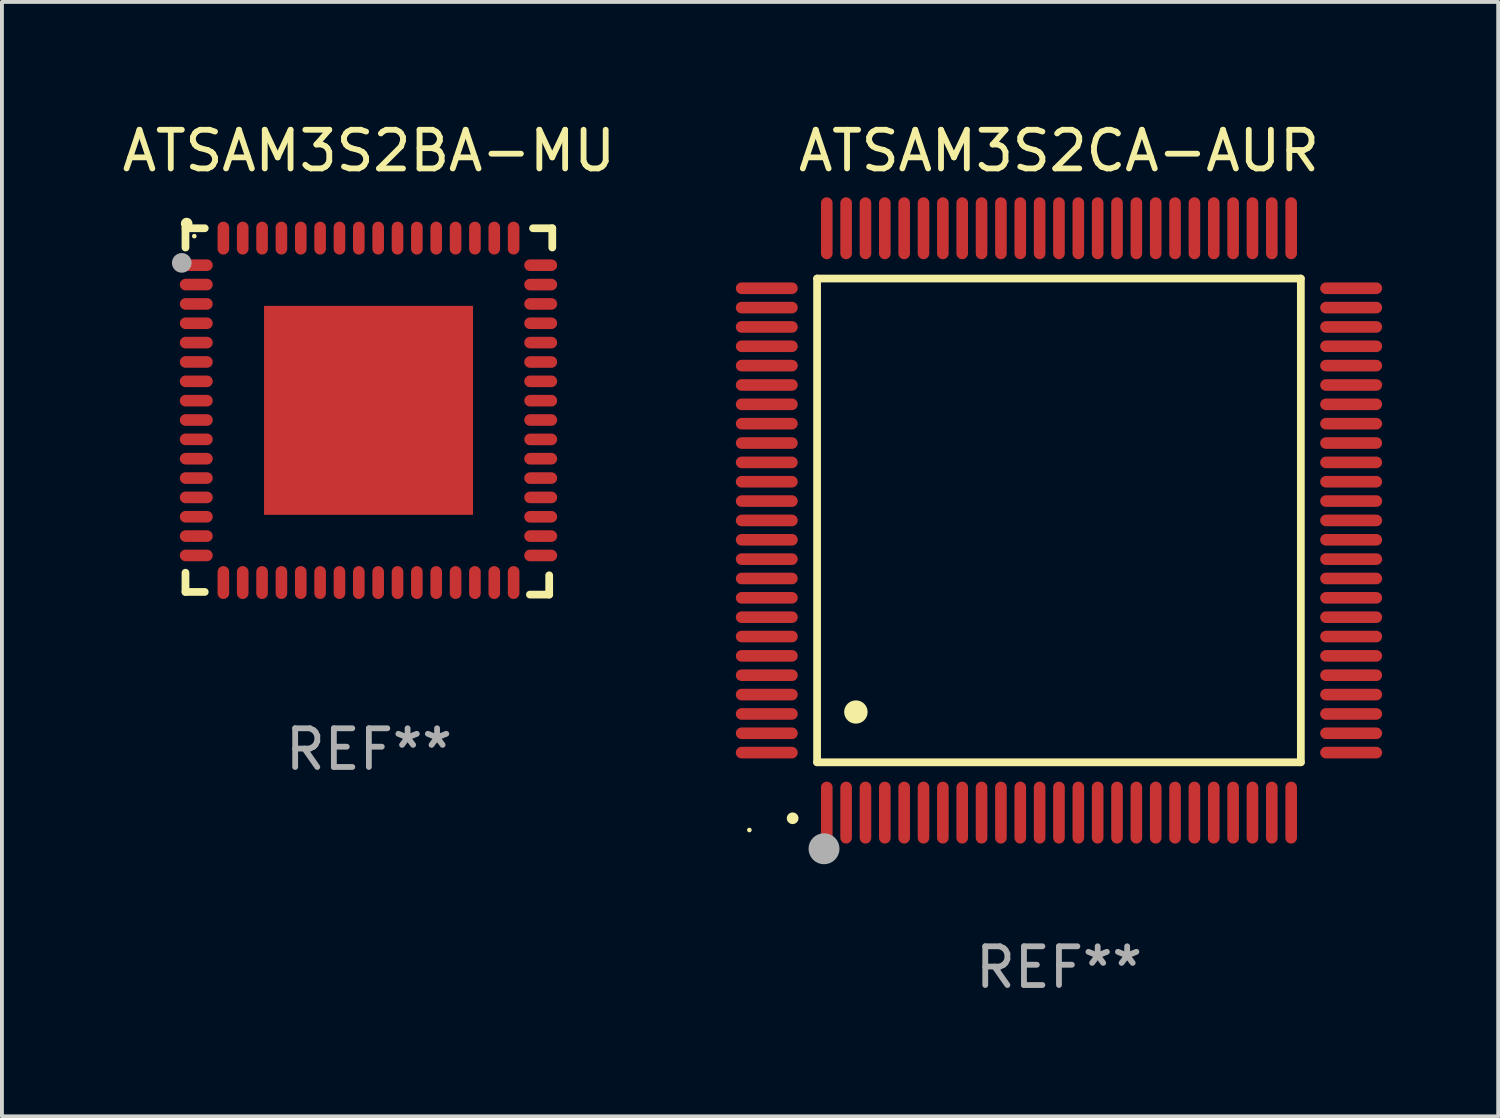
<source format=kicad_pcb>
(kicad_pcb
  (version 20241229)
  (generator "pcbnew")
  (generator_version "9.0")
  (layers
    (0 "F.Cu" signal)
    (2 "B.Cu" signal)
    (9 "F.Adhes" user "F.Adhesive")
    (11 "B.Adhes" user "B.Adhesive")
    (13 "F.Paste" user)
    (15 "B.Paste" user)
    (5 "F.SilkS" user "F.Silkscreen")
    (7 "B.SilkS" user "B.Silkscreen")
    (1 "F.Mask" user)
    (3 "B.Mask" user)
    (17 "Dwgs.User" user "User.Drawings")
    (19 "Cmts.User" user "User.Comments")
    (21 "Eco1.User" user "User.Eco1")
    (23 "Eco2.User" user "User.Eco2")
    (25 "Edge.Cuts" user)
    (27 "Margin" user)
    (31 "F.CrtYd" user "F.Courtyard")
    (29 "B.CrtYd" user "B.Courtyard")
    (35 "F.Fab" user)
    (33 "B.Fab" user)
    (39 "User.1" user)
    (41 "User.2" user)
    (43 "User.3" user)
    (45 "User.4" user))
  (footprint "ATSAM3S2CA-AUR"
    (layer "F.Cu")
    (at 24.314 10.398)
    (property "Reference" "ATSAM3S2CA-AUR" (at 0 -9.55 0) (layer "F.SilkS") (effects (font (size 1 1) (thickness 0.15))))
    (attr through_hole)
    (fp_line (start -6.25 -6.25) (end -6.25 6.25) (stroke (width 0.2) (type solid)) (layer "F.SilkS"))
    (fp_line (start -6.25 6.25) (end 6.25 6.25) (stroke (width 0.2) (type solid)) (layer "F.SilkS"))
    (fp_line (start 6.25 -6.25) (end -6.25 -6.25) (stroke (width 0.2) (type solid)) (layer "F.SilkS"))
    (fp_line (start 6.25 6.25) (end 6.25 -6.25) (stroke (width 0.2) (type solid)) (layer "F.SilkS"))
    (fp_arc (start -6.883414 7.696215) (mid -6.882144 7.69621) (end -6.880874 7.696215) (stroke (width 0.3) (type solid)) (layer "F.SilkS"))
    (fp_arc (start -5.250191 4.95047) (mid -5.247651 4.950459) (end -5.245111 4.95047) (stroke (width 0.6) (type solid)) (layer "F.SilkS"))
    (fp_circle (center -8 8) (end -7.97 8) (stroke (width 0.06) (type solid)) (fill no) (layer "F.SilkS"))
    (fp_circle (center -6.071 8.484) (end -5.871 8.484) (stroke (width 0.4) (type solid)) (fill no) (layer "F.Fab"))
    (fp_text user "REF**" (at 0 11.55 0) (layer "F.Fab") (effects (font (size 1 1) (thickness 0.15))))
    (pad "1" smd oval (at -6 7.55) (size 0.3 1.6) (layers "F.Cu" "F.Mask" "F.Paste"))
    (pad "2" smd oval (at -5.5 7.55) (size 0.3 1.6) (layers "F.Cu" "F.Mask" "F.Paste"))
    (pad "3" smd oval (at -5 7.55) (size 0.3 1.6) (layers "F.Cu" "F.Mask" "F.Paste"))
    (pad "4" smd oval (at -4.5 7.55) (size 0.3 1.6) (layers "F.Cu" "F.Mask" "F.Paste"))
    (pad "5" smd oval (at -4 7.55) (size 0.3 1.6) (layers "F.Cu" "F.Mask" "F.Paste"))
    (pad "6" smd oval (at -3.5 7.55) (size 0.3 1.6) (layers "F.Cu" "F.Mask" "F.Paste"))
    (pad "7" smd oval (at -3 7.55) (size 0.3 1.6) (layers "F.Cu" "F.Mask" "F.Paste"))
    (pad "8" smd oval (at -2.5 7.55) (size 0.3 1.6) (layers "F.Cu" "F.Mask" "F.Paste"))
    (pad "9" smd oval (at -2 7.55) (size 0.3 1.6) (layers "F.Cu" "F.Mask" "F.Paste"))
    (pad "10" smd oval (at -1.5 7.55) (size 0.3 1.6) (layers "F.Cu" "F.Mask" "F.Paste"))
    (pad "11" smd oval (at -1 7.55) (size 0.3 1.6) (layers "F.Cu" "F.Mask" "F.Paste"))
    (pad "12" smd oval (at -0.5 7.55) (size 0.3 1.6) (layers "F.Cu" "F.Mask" "F.Paste"))
    (pad "13" smd oval (at 0 7.55) (size 0.3 1.6) (layers "F.Cu" "F.Mask" "F.Paste"))
    (pad "14" smd oval (at 0.5 7.55) (size 0.3 1.6) (layers "F.Cu" "F.Mask" "F.Paste"))
    (pad "15" smd oval (at 1 7.55) (size 0.3 1.6) (layers "F.Cu" "F.Mask" "F.Paste"))
    (pad "16" smd oval (at 1.5 7.55) (size 0.3 1.6) (layers "F.Cu" "F.Mask" "F.Paste"))
    (pad "17" smd oval (at 2 7.55) (size 0.3 1.6) (layers "F.Cu" "F.Mask" "F.Paste"))
    (pad "18" smd oval (at 2.5 7.55) (size 0.3 1.6) (layers "F.Cu" "F.Mask" "F.Paste"))
    (pad "19" smd oval (at 3 7.55) (size 0.3 1.6) (layers "F.Cu" "F.Mask" "F.Paste"))
    (pad "20" smd oval (at 3.5 7.55) (size 0.3 1.6) (layers "F.Cu" "F.Mask" "F.Paste"))
    (pad "21" smd oval (at 4 7.55) (size 0.3 1.6) (layers "F.Cu" "F.Mask" "F.Paste"))
    (pad "22" smd oval (at 4.5 7.55) (size 0.3 1.6) (layers "F.Cu" "F.Mask" "F.Paste"))
    (pad "23" smd oval (at 5 7.55) (size 0.3 1.6) (layers "F.Cu" "F.Mask" "F.Paste"))
    (pad "24" smd oval (at 5.5 7.55) (size 0.3 1.6) (layers "F.Cu" "F.Mask" "F.Paste"))
    (pad "25" smd oval (at 6 7.55) (size 0.3 1.6) (layers "F.Cu" "F.Mask" "F.Paste"))
    (pad "26" smd oval (at 7.55 6) (size 1.6 0.3) (layers "F.Cu" "F.Mask" "F.Paste"))
    (pad "27" smd oval (at 7.55 5.5) (size 1.6 0.3) (layers "F.Cu" "F.Mask" "F.Paste"))
    (pad "28" smd oval (at 7.55 5) (size 1.6 0.3) (layers "F.Cu" "F.Mask" "F.Paste"))
    (pad "29" smd oval (at 7.55 4.5) (size 1.6 0.3) (layers "F.Cu" "F.Mask" "F.Paste"))
    (pad "30" smd oval (at 7.55 4) (size 1.6 0.3) (layers "F.Cu" "F.Mask" "F.Paste"))
    (pad "31" smd oval (at 7.55 3.5) (size 1.6 0.3) (layers "F.Cu" "F.Mask" "F.Paste"))
    (pad "32" smd oval (at 7.55 3) (size 1.6 0.3) (layers "F.Cu" "F.Mask" "F.Paste"))
    (pad "33" smd oval (at 7.55 2.5) (size 1.6 0.3) (layers "F.Cu" "F.Mask" "F.Paste"))
    (pad "34" smd oval (at 7.55 2) (size 1.6 0.3) (layers "F.Cu" "F.Mask" "F.Paste"))
    (pad "35" smd oval (at 7.55 1.5) (size 1.6 0.3) (layers "F.Cu" "F.Mask" "F.Paste"))
    (pad "36" smd oval (at 7.55 1) (size 1.6 0.3) (layers "F.Cu" "F.Mask" "F.Paste"))
    (pad "37" smd oval (at 7.55 0.5) (size 1.6 0.3) (layers "F.Cu" "F.Mask" "F.Paste"))
    (pad "38" smd oval (at 7.55 0) (size 1.6 0.3) (layers "F.Cu" "F.Mask" "F.Paste"))
    (pad "39" smd oval (at 7.55 -0.5) (size 1.6 0.3) (layers "F.Cu" "F.Mask" "F.Paste"))
    (pad "40" smd oval (at 7.55 -1) (size 1.6 0.3) (layers "F.Cu" "F.Mask" "F.Paste"))
    (pad "41" smd oval (at 7.55 -1.5) (size 1.6 0.3) (layers "F.Cu" "F.Mask" "F.Paste"))
    (pad "42" smd oval (at 7.55 -2) (size 1.6 0.3) (layers "F.Cu" "F.Mask" "F.Paste"))
    (pad "43" smd oval (at 7.55 -2.5) (size 1.6 0.3) (layers "F.Cu" "F.Mask" "F.Paste"))
    (pad "44" smd oval (at 7.55 -3) (size 1.6 0.3) (layers "F.Cu" "F.Mask" "F.Paste"))
    (pad "45" smd oval (at 7.55 -3.5) (size 1.6 0.3) (layers "F.Cu" "F.Mask" "F.Paste"))
    (pad "46" smd oval (at 7.55 -4) (size 1.6 0.3) (layers "F.Cu" "F.Mask" "F.Paste"))
    (pad "47" smd oval (at 7.55 -4.5) (size 1.6 0.3) (layers "F.Cu" "F.Mask" "F.Paste"))
    (pad "48" smd oval (at 7.55 -5) (size 1.6 0.3) (layers "F.Cu" "F.Mask" "F.Paste"))
    (pad "49" smd oval (at 7.55 -5.5) (size 1.6 0.3) (layers "F.Cu" "F.Mask" "F.Paste"))
    (pad "50" smd oval (at 7.55 -6) (size 1.6 0.3) (layers "F.Cu" "F.Mask" "F.Paste"))
    (pad "51" smd oval (at 6 -7.55) (size 0.3 1.6) (layers "F.Cu" "F.Mask" "F.Paste"))
    (pad "52" smd oval (at 5.5 -7.55) (size 0.3 1.6) (layers "F.Cu" "F.Mask" "F.Paste"))
    (pad "53" smd oval (at 5 -7.55) (size 0.3 1.6) (layers "F.Cu" "F.Mask" "F.Paste"))
    (pad "54" smd oval (at 4.5 -7.55) (size 0.3 1.6) (layers "F.Cu" "F.Mask" "F.Paste"))
    (pad "55" smd oval (at 4 -7.55) (size 0.3 1.6) (layers "F.Cu" "F.Mask" "F.Paste"))
    (pad "56" smd oval (at 3.5 -7.55) (size 0.3 1.6) (layers "F.Cu" "F.Mask" "F.Paste"))
    (pad "57" smd oval (at 3 -7.55) (size 0.3 1.6) (layers "F.Cu" "F.Mask" "F.Paste"))
    (pad "58" smd oval (at 2.5 -7.55) (size 0.3 1.6) (layers "F.Cu" "F.Mask" "F.Paste"))
    (pad "59" smd oval (at 2 -7.55) (size 0.3 1.6) (layers "F.Cu" "F.Mask" "F.Paste"))
    (pad "60" smd oval (at 1.5 -7.55) (size 0.3 1.6) (layers "F.Cu" "F.Mask" "F.Paste"))
    (pad "61" smd oval (at 1 -7.55) (size 0.3 1.6) (layers "F.Cu" "F.Mask" "F.Paste"))
    (pad "62" smd oval (at 0.5 -7.55) (size 0.3 1.6) (layers "F.Cu" "F.Mask" "F.Paste"))
    (pad "63" smd oval (at 0 -7.55) (size 0.3 1.6) (layers "F.Cu" "F.Mask" "F.Paste"))
    (pad "64" smd oval (at -0.5 -7.55) (size 0.3 1.6) (layers "F.Cu" "F.Mask" "F.Paste"))
    (pad "65" smd oval (at -1 -7.55) (size 0.3 1.6) (layers "F.Cu" "F.Mask" "F.Paste"))
    (pad "66" smd oval (at -1.5 -7.55) (size 0.3 1.6) (layers "F.Cu" "F.Mask" "F.Paste"))
    (pad "67" smd oval (at -2 -7.55) (size 0.3 1.6) (layers "F.Cu" "F.Mask" "F.Paste"))
    (pad "68" smd oval (at -2.5 -7.55) (size 0.3 1.6) (layers "F.Cu" "F.Mask" "F.Paste"))
    (pad "69" smd oval (at -3 -7.55) (size 0.3 1.6) (layers "F.Cu" "F.Mask" "F.Paste"))
    (pad "70" smd oval (at -3.5 -7.55) (size 0.3 1.6) (layers "F.Cu" "F.Mask" "F.Paste"))
    (pad "71" smd oval (at -4 -7.55) (size 0.3 1.6) (layers "F.Cu" "F.Mask" "F.Paste"))
    (pad "72" smd oval (at -4.5 -7.55) (size 0.3 1.6) (layers "F.Cu" "F.Mask" "F.Paste"))
    (pad "73" smd oval (at -5 -7.55) (size 0.3 1.6) (layers "F.Cu" "F.Mask" "F.Paste"))
    (pad "74" smd oval (at -5.5 -7.55) (size 0.3 1.6) (layers "F.Cu" "F.Mask" "F.Paste"))
    (pad "75" smd oval (at -6 -7.55) (size 0.3 1.6) (layers "F.Cu" "F.Mask" "F.Paste"))
    (pad "76" smd oval (at -7.55 -6) (size 1.6 0.3) (layers "F.Cu" "F.Mask" "F.Paste"))
    (pad "77" smd oval (at -7.55 -5.5) (size 1.6 0.3) (layers "F.Cu" "F.Mask" "F.Paste"))
    (pad "78" smd oval (at -7.55 -5) (size 1.6 0.3) (layers "F.Cu" "F.Mask" "F.Paste"))
    (pad "79" smd oval (at -7.55 -4.5) (size 1.6 0.3) (layers "F.Cu" "F.Mask" "F.Paste"))
    (pad "80" smd oval (at -7.55 -4) (size 1.6 0.3) (layers "F.Cu" "F.Mask" "F.Paste"))
    (pad "81" smd oval (at -7.55 -3.5) (size 1.6 0.3) (layers "F.Cu" "F.Mask" "F.Paste"))
    (pad "82" smd oval (at -7.55 -3) (size 1.6 0.3) (layers "F.Cu" "F.Mask" "F.Paste"))
    (pad "83" smd oval (at -7.55 -2.5) (size 1.6 0.3) (layers "F.Cu" "F.Mask" "F.Paste"))
    (pad "84" smd oval (at -7.55 -2) (size 1.6 0.3) (layers "F.Cu" "F.Mask" "F.Paste"))
    (pad "85" smd oval (at -7.55 -1.5) (size 1.6 0.3) (layers "F.Cu" "F.Mask" "F.Paste"))
    (pad "86" smd oval (at -7.55 -1) (size 1.6 0.3) (layers "F.Cu" "F.Mask" "F.Paste"))
    (pad "87" smd oval (at -7.55 -0.5) (size 1.6 0.3) (layers "F.Cu" "F.Mask" "F.Paste"))
    (pad "88" smd oval (at -7.55 0) (size 1.6 0.3) (layers "F.Cu" "F.Mask" "F.Paste"))
    (pad "89" smd oval (at -7.55 0.5) (size 1.6 0.3) (layers "F.Cu" "F.Mask" "F.Paste"))
    (pad "90" smd oval (at -7.55 1) (size 1.6 0.3) (layers "F.Cu" "F.Mask" "F.Paste"))
    (pad "91" smd oval (at -7.55 1.5) (size 1.6 0.3) (layers "F.Cu" "F.Mask" "F.Paste"))
    (pad "92" smd oval (at -7.55 2) (size 1.6 0.3) (layers "F.Cu" "F.Mask" "F.Paste"))
    (pad "93" smd oval (at -7.55 2.5) (size 1.6 0.3) (layers "F.Cu" "F.Mask" "F.Paste"))
    (pad "94" smd oval (at -7.55 3) (size 1.6 0.3) (layers "F.Cu" "F.Mask" "F.Paste"))
    (pad "95" smd oval (at -7.55 3.5) (size 1.6 0.3) (layers "F.Cu" "F.Mask" "F.Paste"))
    (pad "96" smd oval (at -7.55 4) (size 1.6 0.3) (layers "F.Cu" "F.Mask" "F.Paste"))
    (pad "97" smd oval (at -7.55 4.5) (size 1.6 0.3) (layers "F.Cu" "F.Mask" "F.Paste"))
    (pad "98" smd oval (at -7.55 5) (size 1.6 0.3) (layers "F.Cu" "F.Mask" "F.Paste"))
    (pad "99" smd oval (at -7.55 5.5) (size 1.6 0.3) (layers "F.Cu" "F.Mask" "F.Paste"))
    (pad "100" smd oval (at -7.55 6) (size 1.6 0.3) (layers "F.Cu" "F.Mask" "F.Paste")))
  (footprint "ATSAM3S2BA-MU"
    (layer "F.Cu")
    (at 6.482 7.581)
    (property "Reference" "ATSAM3S2BA-MU" (at 0 -6.733 0) (layer "F.SilkS") (effects (font (size 1 1) (thickness 0.15))))
    (attr through_hole)
    (fp_line (start -4.739 -4.733) (end -4.241 -4.733) (stroke (width 0.2) (type solid)) (layer "F.SilkS"))
    (fp_line (start -4.739 -4.235) (end -4.739 -4.733) (stroke (width 0.2) (type solid)) (layer "F.SilkS"))
    (fp_line (start -4.739 4.168) (end -4.739 4.665) (stroke (width 0.2) (type solid)) (layer "F.SilkS"))
    (fp_line (start -4.739 4.665) (end -4.241 4.665) (stroke (width 0.2) (type solid)) (layer "F.SilkS"))
    (fp_line (start 4.161 4.733) (end 4.659 4.733) (stroke (width 0.2) (type solid)) (layer "F.SilkS"))
    (fp_line (start 4.241 -4.733) (end 4.739 -4.733) (stroke (width 0.2) (type solid)) (layer "F.SilkS"))
    (fp_line (start 4.659 4.733) (end 4.659 4.235) (stroke (width 0.2) (type solid)) (layer "F.SilkS"))
    (fp_line (start 4.739 -4.733) (end 4.739 -4.235) (stroke (width 0.2) (type solid)) (layer "F.SilkS"))
    (fp_arc (start -4.708623 -4.85108) (mid -4.708628 -4.85235) (end -4.708623 -4.85362) (stroke (width 0.3) (type solid)) (layer "F.SilkS"))
    (fp_circle (center -4.511 -4.529) (end -4.481 -4.529) (stroke (width 0.06) (type solid)) (fill no) (layer "F.SilkS"))
    (fp_circle (center -4.835 -3.838) (end -4.708 -3.838) (stroke (width 0.254) (type solid)) (fill no) (layer "F.Fab"))
    (fp_text user "REF**" (at 0 8.733 0) (layer "F.Fab") (effects (font (size 1 1) (thickness 0.15))))
    (pad "1" smd oval (at -4.46 -3.778) (size 0.85 0.3) (layers "F.Cu" "F.Mask" "F.Paste"))
    (pad "2" smd oval (at -4.46 -3.278) (size 0.85 0.3) (layers "F.Cu" "F.Mask" "F.Paste"))
    (pad "3" smd oval (at -4.46 -2.778) (size 0.85 0.3) (layers "F.Cu" "F.Mask" "F.Paste"))
    (pad "4" smd oval (at -4.46 -2.278) (size 0.85 0.3) (layers "F.Cu" "F.Mask" "F.Paste"))
    (pad "5" smd oval (at -4.46 -1.778) (size 0.85 0.3) (layers "F.Cu" "F.Mask" "F.Paste"))
    (pad "6" smd oval (at -4.46 -1.278) (size 0.85 0.3) (layers "F.Cu" "F.Mask" "F.Paste"))
    (pad "7" smd oval (at -4.46 -0.778) (size 0.85 0.3) (layers "F.Cu" "F.Mask" "F.Paste"))
    (pad "8" smd oval (at -4.46 -0.278) (size 0.85 0.3) (layers "F.Cu" "F.Mask" "F.Paste"))
    (pad "9" smd oval (at -4.46 0.222) (size 0.85 0.3) (layers "F.Cu" "F.Mask" "F.Paste"))
    (pad "10" smd oval (at -4.46 0.722) (size 0.85 0.3) (layers "F.Cu" "F.Mask" "F.Paste"))
    (pad "11" smd oval (at -4.46 1.222) (size 0.85 0.3) (layers "F.Cu" "F.Mask" "F.Paste"))
    (pad "12" smd oval (at -4.46 1.722) (size 0.85 0.3) (layers "F.Cu" "F.Mask" "F.Paste"))
    (pad "13" smd oval (at -4.46 2.222) (size 0.85 0.3) (layers "F.Cu" "F.Mask" "F.Paste"))
    (pad "14" smd oval (at -4.46 2.722) (size 0.85 0.3) (layers "F.Cu" "F.Mask" "F.Paste"))
    (pad "15" smd oval (at -4.46 3.222) (size 0.85 0.3) (layers "F.Cu" "F.Mask" "F.Paste"))
    (pad "16" smd oval (at -4.46 3.722) (size 0.85 0.3) (layers "F.Cu" "F.Mask" "F.Paste"))
    (pad "17" smd oval (at -3.76 4.422) (size 0.3 0.85) (layers "F.Cu" "F.Mask" "F.Paste"))
    (pad "18" smd oval (at -3.26 4.422) (size 0.3 0.85) (layers "F.Cu" "F.Mask" "F.Paste"))
    (pad "19" smd oval (at -2.76 4.422) (size 0.3 0.85) (layers "F.Cu" "F.Mask" "F.Paste"))
    (pad "20" smd oval (at -2.26 4.422) (size 0.3 0.85) (layers "F.Cu" "F.Mask" "F.Paste"))
    (pad "21" smd oval (at -1.76 4.422) (size 0.3 0.85) (layers "F.Cu" "F.Mask" "F.Paste"))
    (pad "22" smd oval (at -1.26 4.422) (size 0.3 0.85) (layers "F.Cu" "F.Mask" "F.Paste"))
    (pad "23" smd oval (at -0.76 4.422) (size 0.3 0.85) (layers "F.Cu" "F.Mask" "F.Paste"))
    (pad "24" smd oval (at -0.26 4.422) (size 0.3 0.85) (layers "F.Cu" "F.Mask" "F.Paste"))
    (pad "25" smd oval (at 0.24 4.422) (size 0.3 0.85) (layers "F.Cu" "F.Mask" "F.Paste"))
    (pad "26" smd oval (at 0.74 4.422) (size 0.3 0.85) (layers "F.Cu" "F.Mask" "F.Paste"))
    (pad "27" smd oval (at 1.24 4.422) (size 0.3 0.85) (layers "F.Cu" "F.Mask" "F.Paste"))
    (pad "28" smd oval (at 1.74 4.422) (size 0.3 0.85) (layers "F.Cu" "F.Mask" "F.Paste"))
    (pad "29" smd oval (at 2.24 4.422) (size 0.3 0.85) (layers "F.Cu" "F.Mask" "F.Paste"))
    (pad "30" smd oval (at 2.74 4.422) (size 0.3 0.85) (layers "F.Cu" "F.Mask" "F.Paste"))
    (pad "31" smd oval (at 3.24 4.422) (size 0.3 0.85) (layers "F.Cu" "F.Mask" "F.Paste"))
    (pad "32" smd oval (at 3.74 4.422) (size 0.3 0.85) (layers "F.Cu" "F.Mask" "F.Paste"))
    (pad "33" smd oval (at 4.44 3.723) (size 0.85 0.3) (layers "F.Cu" "F.Mask" "F.Paste"))
    (pad "34" smd oval (at 4.44 3.222) (size 0.85 0.3) (layers "F.Cu" "F.Mask" "F.Paste"))
    (pad "35" smd oval (at 4.44 2.723) (size 0.85 0.3) (layers "F.Cu" "F.Mask" "F.Paste"))
    (pad "36" smd oval (at 4.44 2.222) (size 0.85 0.3) (layers "F.Cu" "F.Mask" "F.Paste"))
    (pad "37" smd oval (at 4.44 1.723) (size 0.85 0.3) (layers "F.Cu" "F.Mask" "F.Paste"))
    (pad "38" smd oval (at 4.44 1.222) (size 0.85 0.3) (layers "F.Cu" "F.Mask" "F.Paste"))
    (pad "39" smd oval (at 4.44 0.723) (size 0.85 0.3) (layers "F.Cu" "F.Mask" "F.Paste"))
    (pad "40" smd oval (at 4.44 0.222) (size 0.85 0.3) (layers "F.Cu" "F.Mask" "F.Paste"))
    (pad "41" smd oval (at 4.44 -0.277) (size 0.85 0.3) (layers "F.Cu" "F.Mask" "F.Paste"))
    (pad "42" smd oval (at 4.44 -0.778) (size 0.85 0.3) (layers "F.Cu" "F.Mask" "F.Paste"))
    (pad "43" smd oval (at 4.44 -1.277) (size 0.85 0.3) (layers "F.Cu" "F.Mask" "F.Paste"))
    (pad "44" smd oval (at 4.44 -1.778) (size 0.85 0.3) (layers "F.Cu" "F.Mask" "F.Paste"))
    (pad "45" smd oval (at 4.44 -2.277) (size 0.85 0.3) (layers "F.Cu" "F.Mask" "F.Paste"))
    (pad "46" smd oval (at 4.44 -2.778) (size 0.85 0.3) (layers "F.Cu" "F.Mask" "F.Paste"))
    (pad "47" smd oval (at 4.44 -3.277) (size 0.85 0.3) (layers "F.Cu" "F.Mask" "F.Paste"))
    (pad "48" smd oval (at 4.44 -3.778) (size 0.85 0.3) (layers "F.Cu" "F.Mask" "F.Paste"))
    (pad "49" smd oval (at 3.74 -4.478) (size 0.3 0.85) (layers "F.Cu" "F.Mask" "F.Paste"))
    (pad "50" smd oval (at 3.24 -4.478) (size 0.3 0.85) (layers "F.Cu" "F.Mask" "F.Paste"))
    (pad "51" smd oval (at 2.74 -4.478) (size 0.3 0.85) (layers "F.Cu" "F.Mask" "F.Paste"))
    (pad "52" smd oval (at 2.24 -4.478) (size 0.3 0.85) (layers "F.Cu" "F.Mask" "F.Paste"))
    (pad "53" smd oval (at 1.74 -4.478) (size 0.3 0.85) (layers "F.Cu" "F.Mask" "F.Paste"))
    (pad "54" smd oval (at 1.24 -4.478) (size 0.3 0.85) (layers "F.Cu" "F.Mask" "F.Paste"))
    (pad "55" smd oval (at 0.74 -4.478) (size 0.3 0.85) (layers "F.Cu" "F.Mask" "F.Paste"))
    (pad "56" smd oval (at 0.24 -4.478) (size 0.3 0.85) (layers "F.Cu" "F.Mask" "F.Paste"))
    (pad "57" smd oval (at -0.26 -4.478) (size 0.3 0.85) (layers "F.Cu" "F.Mask" "F.Paste"))
    (pad "58" smd oval (at -0.76 -4.478) (size 0.3 0.85) (layers "F.Cu" "F.Mask" "F.Paste"))
    (pad "59" smd oval (at -1.26 -4.478) (size 0.3 0.85) (layers "F.Cu" "F.Mask" "F.Paste"))
    (pad "60" smd oval (at -1.76 -4.478) (size 0.3 0.85) (layers "F.Cu" "F.Mask" "F.Paste"))
    (pad "61" smd oval (at -2.26 -4.478) (size 0.3 0.85) (layers "F.Cu" "F.Mask" "F.Paste"))
    (pad "62" smd oval (at -2.76 -4.478) (size 0.3 0.85) (layers "F.Cu" "F.Mask" "F.Paste"))
    (pad "63" smd oval (at -3.26 -4.478) (size 0.3 0.85) (layers "F.Cu" "F.Mask" "F.Paste"))
    (pad "64" smd oval (at -3.76 -4.478) (size 0.3 0.85) (layers "F.Cu" "F.Mask" "F.Paste"))
    (pad "65" smd rect (at -0.009 -0.028 90) (size 5.4 5.4) (layers "F.Cu" "F.Mask" "F.Paste")))
  (gr_rect
    (start -3 -3)
    (end 35.664 25.796)
    (stroke (width 0.1) (type default))
    (fill no)
    (layer "Edge.Cuts")))
</source>
